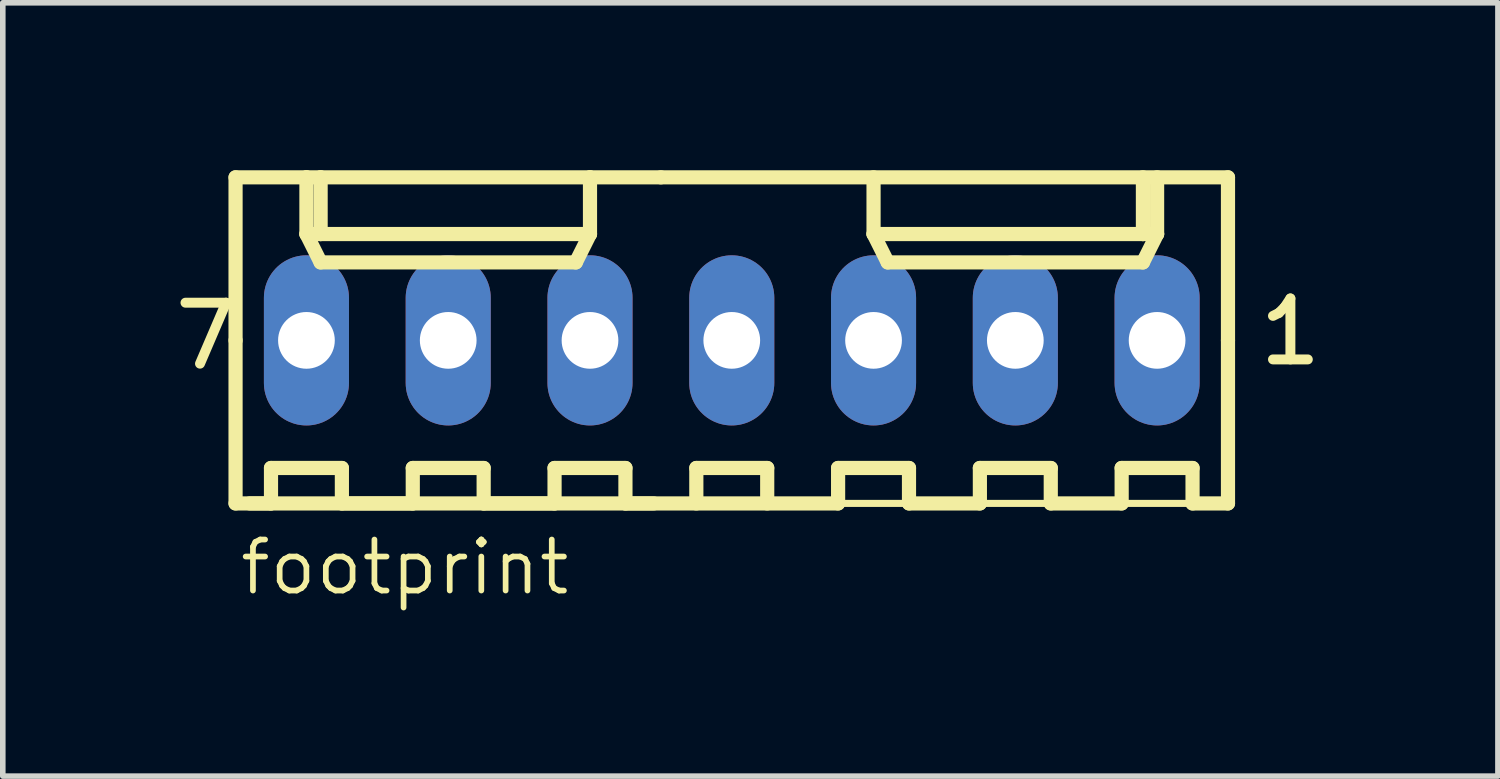
<source format=kicad_pcb>
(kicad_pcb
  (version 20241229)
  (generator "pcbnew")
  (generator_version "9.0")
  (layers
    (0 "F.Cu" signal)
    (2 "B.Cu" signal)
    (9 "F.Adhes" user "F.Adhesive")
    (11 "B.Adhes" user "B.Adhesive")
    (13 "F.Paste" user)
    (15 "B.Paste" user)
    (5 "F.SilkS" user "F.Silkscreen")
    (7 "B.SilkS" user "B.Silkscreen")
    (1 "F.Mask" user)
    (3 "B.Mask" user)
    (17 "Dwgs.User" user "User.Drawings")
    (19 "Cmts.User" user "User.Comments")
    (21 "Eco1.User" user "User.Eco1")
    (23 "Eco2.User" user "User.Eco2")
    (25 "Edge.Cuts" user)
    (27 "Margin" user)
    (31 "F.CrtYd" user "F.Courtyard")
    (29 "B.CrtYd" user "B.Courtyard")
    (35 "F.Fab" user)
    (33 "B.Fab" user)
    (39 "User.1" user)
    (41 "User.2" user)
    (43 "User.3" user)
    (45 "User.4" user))
  (footprint "footprint"
    (layer "F.Cu")
    (at 10.06 3.048)
    (property "Reference" "footprint" (at -8.863 4.599 0) (layer "F.SilkS") (effects (font (size 0.914 0.914) (thickness 0.102)) (justify left bottom)))
    (fp_line (start -8.89 -2.921) (end -7.62 -2.921) (stroke (width 0.254) (type solid)) (layer "F.SilkS"))
    (fp_line (start -8.89 0) (end -8.89 -2.921) (stroke (width 0.254) (type solid)) (layer "F.SilkS"))
    (fp_line (start -8.89 0) (end -8.89 2.921) (stroke (width 0.254) (type solid)) (layer "F.SilkS"))
    (fp_line (start -8.89 2.921) (end -1.397 2.921) (stroke (width 0.254) (type solid)) (layer "F.SilkS"))
    (fp_line (start -8.636 2.921) (end -8.255 2.921) (stroke (width 0.254) (type solid)) (layer "F.SilkS"))
    (fp_line (start -8.255 2.286) (end -6.985 2.286) (stroke (width 0.254) (type solid)) (layer "F.SilkS"))
    (fp_line (start -8.255 2.921) (end -8.255 2.286) (stroke (width 0.254) (type solid)) (layer "F.SilkS"))
    (fp_line (start -7.62 -2.921) (end -7.366 -2.921) (stroke (width 0.254) (type solid)) (layer "F.SilkS"))
    (fp_line (start -7.62 -2.54) (end -7.62 -2.921) (stroke (width 0.127) (type solid)) (layer "F.SilkS"))
    (fp_line (start -7.62 -1.905) (end -7.62 -2.921) (stroke (width 0.254) (type solid)) (layer "F.SilkS"))
    (fp_line (start -7.62 -1.905) (end -7.366 -1.905) (stroke (width 0.254) (type solid)) (layer "F.SilkS"))
    (fp_line (start -7.62 -1.905) (end -7.366 -1.397) (stroke (width 0.254) (type solid)) (layer "F.SilkS"))
    (fp_line (start -7.366 -2.921) (end -7.366 -1.905) (stroke (width 0.254) (type solid)) (layer "F.SilkS"))
    (fp_line (start -7.366 -2.921) (end -2.54 -2.921) (stroke (width 0.254) (type solid)) (layer "F.SilkS"))
    (fp_line (start -7.366 -1.905) (end -2.54 -1.905) (stroke (width 0.254) (type solid)) (layer "F.SilkS"))
    (fp_line (start -7.366 -1.397) (end -2.794 -1.397) (stroke (width 0.254) (type solid)) (layer "F.SilkS"))
    (fp_line (start -6.985 2.286) (end -6.985 2.921) (stroke (width 0.254) (type solid)) (layer "F.SilkS"))
    (fp_line (start -6.985 2.921) (end -5.715 2.921) (stroke (width 0.254) (type solid)) (layer "F.SilkS"))
    (fp_line (start -5.715 2.286) (end -4.445 2.286) (stroke (width 0.254) (type solid)) (layer "F.SilkS"))
    (fp_line (start -5.715 2.921) (end -5.715 2.286) (stroke (width 0.254) (type solid)) (layer "F.SilkS"))
    (fp_line (start -4.445 2.286) (end -4.445 2.921) (stroke (width 0.254) (type solid)) (layer "F.SilkS"))
    (fp_line (start -4.445 2.921) (end -3.175 2.921) (stroke (width 0.254) (type solid)) (layer "F.SilkS"))
    (fp_line (start -3.175 2.286) (end -1.905 2.286) (stroke (width 0.254) (type solid)) (layer "F.SilkS"))
    (fp_line (start -3.175 2.921) (end -3.175 2.286) (stroke (width 0.254) (type solid)) (layer "F.SilkS"))
    (fp_line (start -2.794 -1.397) (end -2.54 -1.905) (stroke (width 0.254) (type solid)) (layer "F.SilkS"))
    (fp_line (start -2.54 -2.921) (end -1.27 -2.921) (stroke (width 0.254) (type solid)) (layer "F.SilkS"))
    (fp_line (start -2.54 -1.905) (end -2.54 -2.921) (stroke (width 0.254) (type solid)) (layer "F.SilkS"))
    (fp_line (start -1.905 2.286) (end -1.905 2.921) (stroke (width 0.254) (type solid)) (layer "F.SilkS"))
    (fp_line (start -1.905 2.921) (end 1.905 2.921) (stroke (width 0.254) (type solid)) (layer "F.SilkS"))
    (fp_line (start -0.635 2.286) (end 0.635 2.286) (stroke (width 0.254) (type solid)) (layer "F.SilkS"))
    (fp_line (start -0.635 2.921) (end -0.635 2.286) (stroke (width 0.254) (type solid)) (layer "F.SilkS"))
    (fp_line (start 0.635 2.286) (end 0.635 2.921) (stroke (width 0.254) (type solid)) (layer "F.SilkS"))
    (fp_line (start 1.905 2.286) (end 3.175 2.286) (stroke (width 0.254) (type solid)) (layer "F.SilkS"))
    (fp_line (start 1.905 2.921) (end 1.905 2.286) (stroke (width 0.254) (type solid)) (layer "F.SilkS"))
    (fp_line (start 2.54 -1.905) (end 2.54 -2.921) (stroke (width 0.254) (type solid)) (layer "F.SilkS"))
    (fp_line (start 2.54 -1.905) (end 2.794 -1.397) (stroke (width 0.254) (type solid)) (layer "F.SilkS"))
    (fp_line (start 2.54 -1.905) (end 7.366 -1.905) (stroke (width 0.254) (type solid)) (layer "F.SilkS"))
    (fp_line (start 2.794 -1.397) (end 7.366 -1.397) (stroke (width 0.254) (type solid)) (layer "F.SilkS"))
    (fp_line (start 3.175 2.286) (end 3.175 2.921) (stroke (width 0.254) (type solid)) (layer "F.SilkS"))
    (fp_line (start 3.175 2.921) (end 4.445 2.921) (stroke (width 0.254) (type solid)) (layer "F.SilkS"))
    (fp_line (start 4.445 2.286) (end 5.715 2.286) (stroke (width 0.254) (type solid)) (layer "F.SilkS"))
    (fp_line (start 4.445 2.921) (end 4.445 2.286) (stroke (width 0.254) (type solid)) (layer "F.SilkS"))
    (fp_line (start 5.715 2.286) (end 5.715 2.921) (stroke (width 0.254) (type solid)) (layer "F.SilkS"))
    (fp_line (start 5.715 2.921) (end 6.985 2.921) (stroke (width 0.254) (type solid)) (layer "F.SilkS"))
    (fp_line (start 6.985 2.286) (end 8.255 2.286) (stroke (width 0.254) (type solid)) (layer "F.SilkS"))
    (fp_line (start 6.985 2.921) (end 6.985 2.286) (stroke (width 0.254) (type solid)) (layer "F.SilkS"))
    (fp_line (start 7.366 -2.921) (end 7.366 -1.905) (stroke (width 0.254) (type solid)) (layer "F.SilkS"))
    (fp_line (start 7.366 -1.905) (end 7.62 -1.905) (stroke (width 0.254) (type solid)) (layer "F.SilkS"))
    (fp_line (start 7.366 -1.397) (end 7.62 -1.905) (stroke (width 0.254) (type solid)) (layer "F.SilkS"))
    (fp_line (start 7.62 -1.905) (end 7.62 -2.921) (stroke (width 0.254) (type solid)) (layer "F.SilkS"))
    (fp_line (start 8.255 2.286) (end 8.255 2.921) (stroke (width 0.254) (type solid)) (layer "F.SilkS"))
    (fp_line (start 8.255 2.921) (end 8.89 2.921) (stroke (width 0.254) (type solid)) (layer "F.SilkS"))
    (fp_line (start 8.89 -2.921) (end -1.27 -2.921) (stroke (width 0.254) (type solid)) (layer "F.SilkS"))
    (fp_line (start 8.89 0) (end 8.89 -2.921) (stroke (width 0.254) (type solid)) (layer "F.SilkS"))
    (fp_line (start 8.89 0) (end 8.89 2.921) (stroke (width 0.254) (type solid)) (layer "F.SilkS"))
    (fp_line (start 8.89 2.921) (end -1.397 2.921) (stroke (width 0.127) (type solid)) (layer "F.SilkS"))
    (fp_poly (pts (xy -7.874 0.254) (xy -7.366 0.254) (xy -7.366 -0.254) (xy -7.874 -0.254)) (stroke (width 0.1) (type solid)) (fill no) (layer "F.Fab"))
    (fp_poly (pts (xy -5.334 0.254) (xy -4.826 0.254) (xy -4.826 -0.254) (xy -5.334 -0.254)) (stroke (width 0.1) (type solid)) (fill no) (layer "F.Fab"))
    (fp_poly (pts (xy -2.794 0.254) (xy -2.286 0.254) (xy -2.286 -0.254) (xy -2.794 -0.254)) (stroke (width 0.1) (type solid)) (fill no) (layer "F.Fab"))
    (fp_poly (pts (xy -0.254 0.254) (xy 0.254 0.254) (xy 0.254 -0.254) (xy -0.254 -0.254)) (stroke (width 0.1) (type solid)) (fill no) (layer "F.Fab"))
    (fp_poly (pts (xy 2.286 0.254) (xy 2.794 0.254) (xy 2.794 -0.254) (xy 2.286 -0.254)) (stroke (width 0.1) (type solid)) (fill no) (layer "F.Fab"))
    (fp_poly (pts (xy 4.826 0.254) (xy 5.334 0.254) (xy 5.334 -0.254) (xy 4.826 -0.254)) (stroke (width 0.1) (type solid)) (fill no) (layer "F.Fab"))
    (fp_poly (pts (xy 7.366 0.254) (xy 7.874 0.254) (xy 7.874 -0.254) (xy 7.366 -0.254)) (stroke (width 0.1) (type solid)) (fill no) (layer "F.Fab"))
    (fp_text user "7" (at -10.06 0.56 0) (layer "F.SilkS") (effects (font (size 1.092 1.092) (thickness 0.178)) (justify left bottom)))
    (fp_text user "1" (at 9.371 0.484 0) (layer "F.SilkS") (effects (font (size 1.092 1.092) (thickness 0.178)) (justify left bottom)))
    (pad "1" thru_hole oval (at 7.62 0 90) (size 3.048 1.524) (drill 1.016) (layers "*.Cu" "*.Mask"))
    (pad "2" thru_hole oval (at 5.08 0 90) (size 3.048 1.524) (drill 1.016) (layers "*.Cu" "*.Mask"))
    (pad "3" thru_hole oval (at 2.54 0 90) (size 3.048 1.524) (drill 1.016) (layers "*.Cu" "*.Mask"))
    (pad "4" thru_hole oval (at 0 0 90) (size 3.048 1.524) (drill 1.016) (layers "*.Cu" "*.Mask"))
    (pad "5" thru_hole oval (at -2.54 0 90) (size 3.048 1.524) (drill 1.016) (layers "*.Cu" "*.Mask"))
    (pad "6" thru_hole oval (at -5.08 0 90) (size 3.048 1.524) (drill 1.016) (layers "*.Cu" "*.Mask"))
    (pad "7" thru_hole oval (at -7.62 0 90) (size 3.048 1.524) (drill 1.016) (layers "*.Cu" "*.Mask")))
  (gr_rect
    (start -3 -3)
    (end 23.786 10.854)
    (stroke (width 0.1) (type default))
    (fill no)
    (layer "Edge.Cuts")))
</source>
